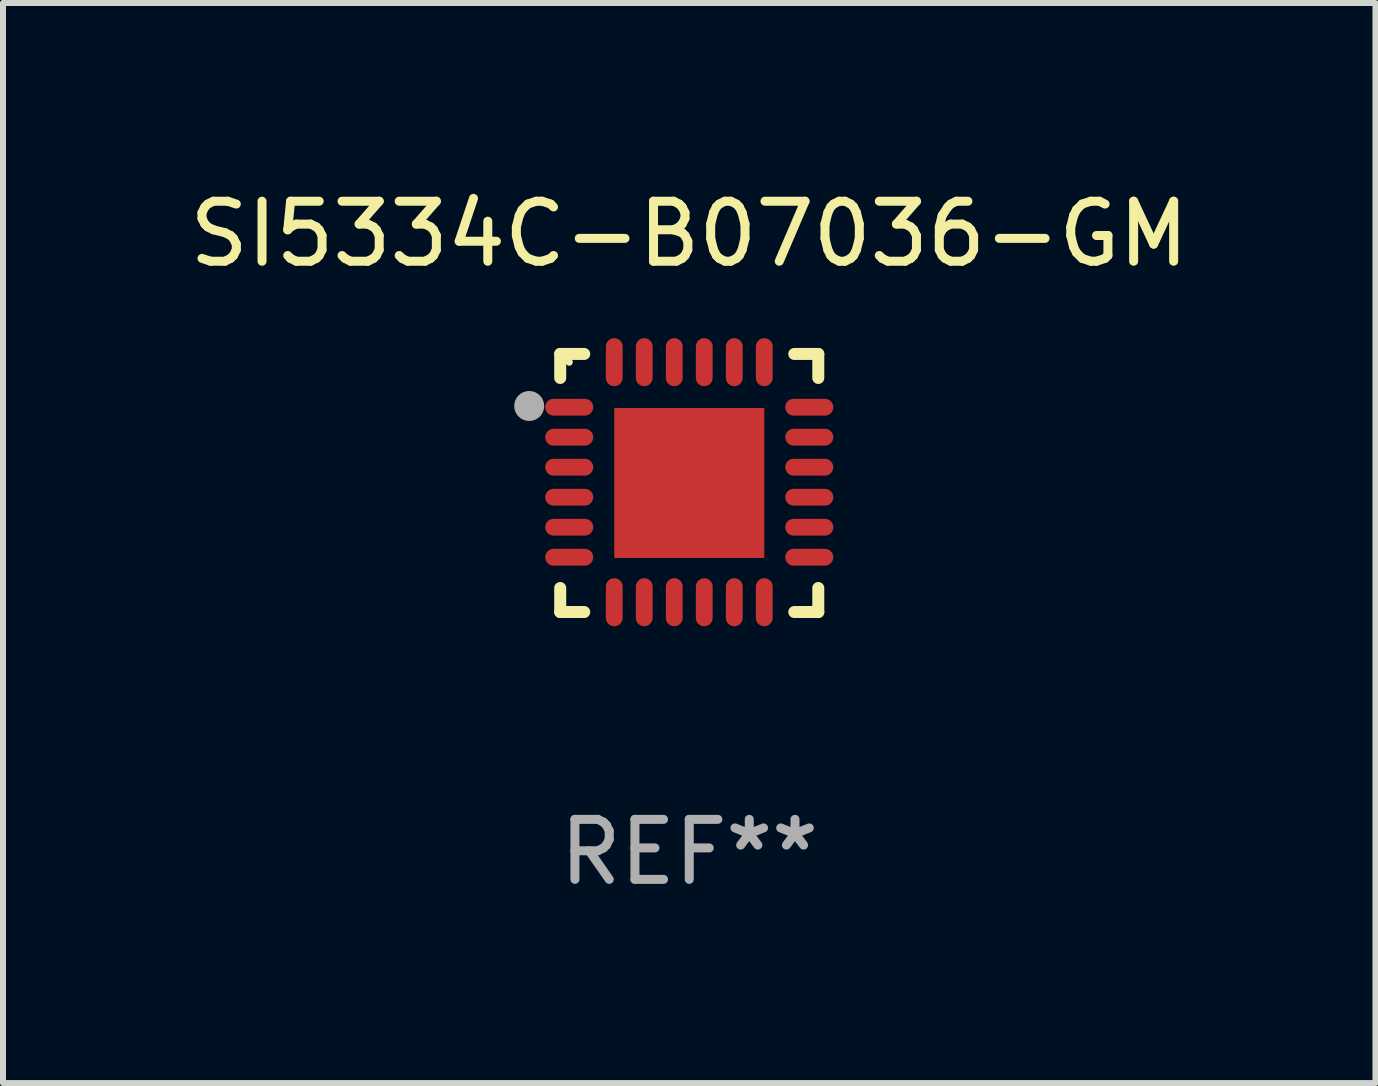
<source format=kicad_pcb>
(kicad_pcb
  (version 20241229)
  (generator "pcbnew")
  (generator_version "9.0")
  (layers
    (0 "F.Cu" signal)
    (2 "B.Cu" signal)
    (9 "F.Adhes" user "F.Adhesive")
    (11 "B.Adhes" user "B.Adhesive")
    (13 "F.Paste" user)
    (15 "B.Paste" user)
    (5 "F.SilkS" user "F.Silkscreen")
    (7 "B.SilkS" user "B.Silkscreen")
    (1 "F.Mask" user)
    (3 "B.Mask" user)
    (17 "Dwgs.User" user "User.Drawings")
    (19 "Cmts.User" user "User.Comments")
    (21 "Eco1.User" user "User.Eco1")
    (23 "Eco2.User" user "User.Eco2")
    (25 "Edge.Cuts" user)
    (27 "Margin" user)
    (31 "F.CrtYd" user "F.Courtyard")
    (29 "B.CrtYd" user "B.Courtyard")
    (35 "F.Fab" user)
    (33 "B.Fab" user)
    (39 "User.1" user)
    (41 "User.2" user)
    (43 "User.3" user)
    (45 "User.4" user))
  (footprint "SI5334C-B07036-GM"
    (layer "F.Cu")
    (at 8.435 4.998)
    (property "Reference" "SI5334C-B07036-GM" (at 0 -4.15 0) (layer "F.SilkS") (effects (font (size 1 1) (thickness 0.15))))
    (attr through_hole)
    (fp_line (start -2.15 -2.15) (end -1.75 -2.15) (stroke (width 0.2) (type solid)) (layer "F.SilkS"))
    (fp_line (start -2.15 -1.75) (end -2.15 -2.15) (stroke (width 0.2) (type solid)) (layer "F.SilkS"))
    (fp_line (start -2.15 2.15) (end -2.15 1.75) (stroke (width 0.2) (type solid)) (layer "F.SilkS"))
    (fp_line (start -1.75 2.15) (end -2.15 2.15) (stroke (width 0.2) (type solid)) (layer "F.SilkS"))
    (fp_line (start 1.75 -2.15) (end 2.15 -2.15) (stroke (width 0.2) (type solid)) (layer "F.SilkS"))
    (fp_line (start 1.75 2.15) (end 2.15 2.15) (stroke (width 0.2) (type solid)) (layer "F.SilkS"))
    (fp_line (start 2.15 -2.15) (end 2.15 -1.75) (stroke (width 0.2) (type solid)) (layer "F.SilkS"))
    (fp_line (start 2.15 2.15) (end 2.15 1.75) (stroke (width 0.2) (type solid)) (layer "F.SilkS"))
    (fp_circle (center -2 -2.013) (end -1.97 -2.013) (stroke (width 0.06) (type solid)) (fill no) (layer "F.SilkS"))
    (fp_circle (center -2.667 -1.283) (end -2.542 -1.283) (stroke (width 0.25) (type solid)) (fill no) (layer "F.Fab"))
    (fp_text user "REF**" (at 0 6.15 0) (layer "F.Fab") (effects (font (size 1 1) (thickness 0.15))))
    (pad "1" smd oval (at -2 -1.263) (size 0.8 0.28) (layers "F.Cu" "F.Mask" "F.Paste"))
    (pad "2" smd oval (at -2 -0.763) (size 0.8 0.28) (layers "F.Cu" "F.Mask" "F.Paste"))
    (pad "3" smd oval (at -2 -0.263) (size 0.8 0.28) (layers "F.Cu" "F.Mask" "F.Paste"))
    (pad "4" smd oval (at -2 0.237) (size 0.8 0.28) (layers "F.Cu" "F.Mask" "F.Paste"))
    (pad "5" smd oval (at -2 0.737) (size 0.8 0.28) (layers "F.Cu" "F.Mask" "F.Paste"))
    (pad "6" smd oval (at -2 1.237) (size 0.8 0.28) (layers "F.Cu" "F.Mask" "F.Paste"))
    (pad "7" smd oval (at -1.25 1.987) (size 0.28 0.8) (layers "F.Cu" "F.Mask" "F.Paste"))
    (pad "8" smd oval (at -0.75 1.987) (size 0.28 0.8) (layers "F.Cu" "F.Mask" "F.Paste"))
    (pad "9" smd oval (at -0.25 1.987) (size 0.28 0.8) (layers "F.Cu" "F.Mask" "F.Paste"))
    (pad "10" smd oval (at 0.25 1.987) (size 0.28 0.8) (layers "F.Cu" "F.Mask" "F.Paste"))
    (pad "11" smd oval (at 0.75 1.987) (size 0.28 0.8) (layers "F.Cu" "F.Mask" "F.Paste"))
    (pad "12" smd oval (at 1.25 1.987) (size 0.28 0.8) (layers "F.Cu" "F.Mask" "F.Paste"))
    (pad "13" smd oval (at 2 1.237) (size 0.8 0.28) (layers "F.Cu" "F.Mask" "F.Paste"))
    (pad "14" smd oval (at 2 0.737) (size 0.8 0.28) (layers "F.Cu" "F.Mask" "F.Paste"))
    (pad "15" smd oval (at 2 0.237) (size 0.8 0.28) (layers "F.Cu" "F.Mask" "F.Paste"))
    (pad "16" smd oval (at 2 -0.263) (size 0.8 0.28) (layers "F.Cu" "F.Mask" "F.Paste"))
    (pad "17" smd oval (at 2 -0.763) (size 0.8 0.28) (layers "F.Cu" "F.Mask" "F.Paste"))
    (pad "18" smd oval (at 2 -1.263) (size 0.8 0.28) (layers "F.Cu" "F.Mask" "F.Paste"))
    (pad "19" smd oval (at 1.25 -2.013) (size 0.28 0.8) (layers "F.Cu" "F.Mask" "F.Paste"))
    (pad "20" smd oval (at 0.75 -2.013) (size 0.28 0.8) (layers "F.Cu" "F.Mask" "F.Paste"))
    (pad "21" smd oval (at 0.25 -2.013) (size 0.28 0.8) (layers "F.Cu" "F.Mask" "F.Paste"))
    (pad "22" smd oval (at -0.25 -2.013) (size 0.28 0.8) (layers "F.Cu" "F.Mask" "F.Paste"))
    (pad "23" smd oval (at -0.75 -2.013) (size 0.28 0.8) (layers "F.Cu" "F.Mask" "F.Paste"))
    (pad "24" smd oval (at -1.25 -2.013) (size 0.28 0.8) (layers "F.Cu" "F.Mask" "F.Paste"))
    (pad "25" smd rect (at -0.000127 -0.00014) (size 2.5 2.5) (layers "F.Cu" "F.Mask" "F.Paste")))
  (gr_rect
    (start -3 -3)
    (end 19.869 14.997)
    (stroke (width 0.1) (type default))
    (fill no)
    (layer "Edge.Cuts")))
</source>
